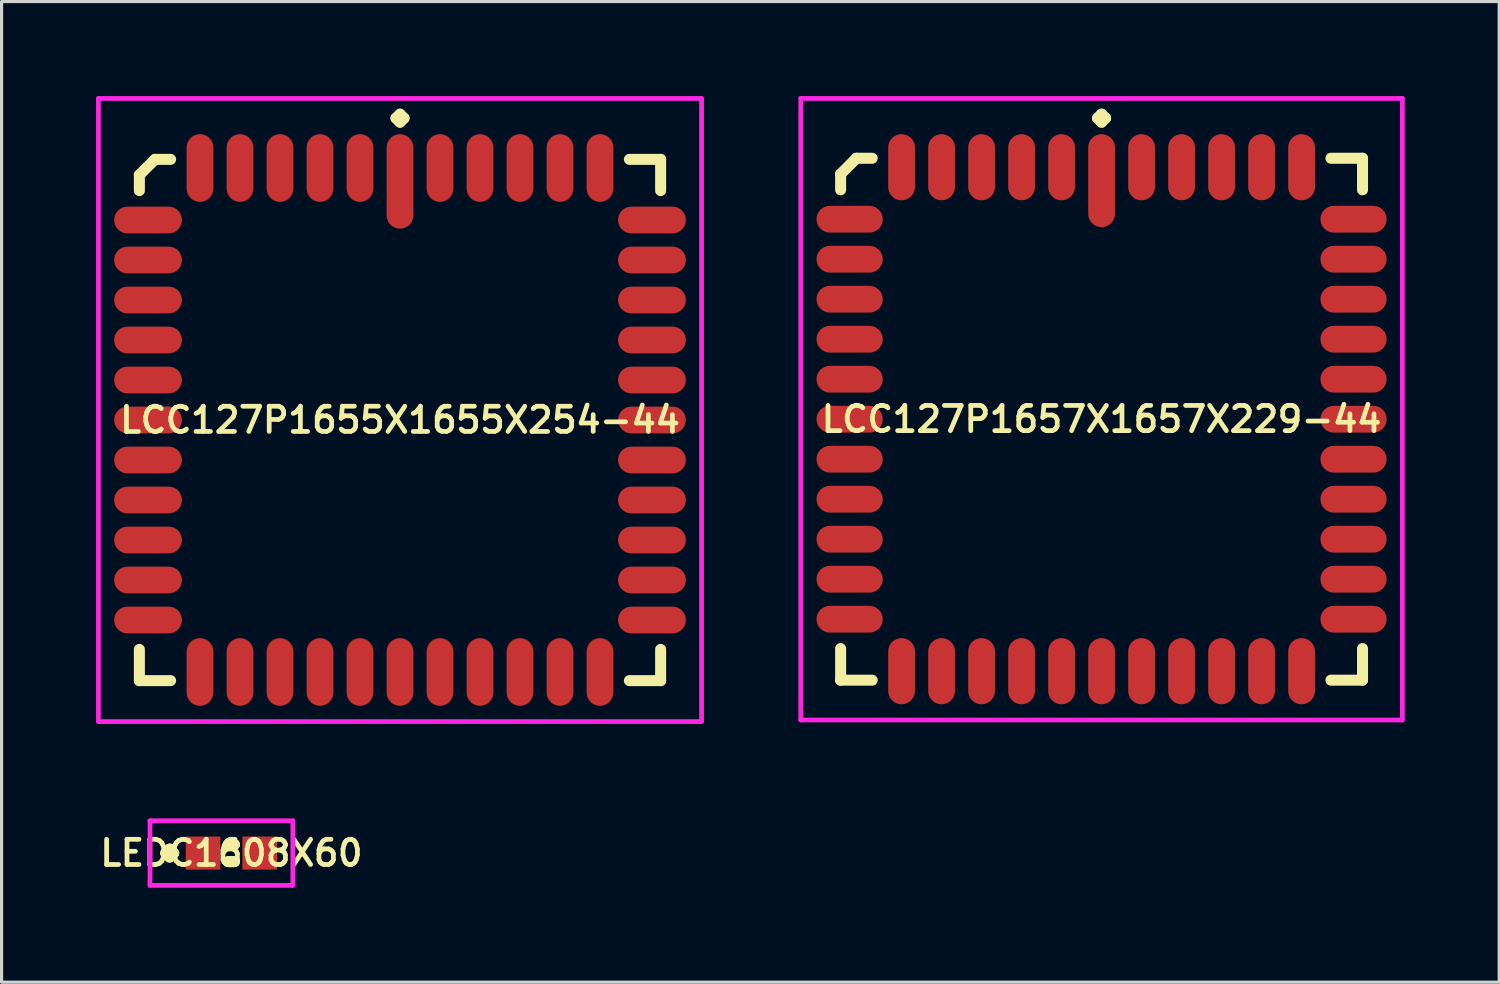
<source format=kicad_pcb>
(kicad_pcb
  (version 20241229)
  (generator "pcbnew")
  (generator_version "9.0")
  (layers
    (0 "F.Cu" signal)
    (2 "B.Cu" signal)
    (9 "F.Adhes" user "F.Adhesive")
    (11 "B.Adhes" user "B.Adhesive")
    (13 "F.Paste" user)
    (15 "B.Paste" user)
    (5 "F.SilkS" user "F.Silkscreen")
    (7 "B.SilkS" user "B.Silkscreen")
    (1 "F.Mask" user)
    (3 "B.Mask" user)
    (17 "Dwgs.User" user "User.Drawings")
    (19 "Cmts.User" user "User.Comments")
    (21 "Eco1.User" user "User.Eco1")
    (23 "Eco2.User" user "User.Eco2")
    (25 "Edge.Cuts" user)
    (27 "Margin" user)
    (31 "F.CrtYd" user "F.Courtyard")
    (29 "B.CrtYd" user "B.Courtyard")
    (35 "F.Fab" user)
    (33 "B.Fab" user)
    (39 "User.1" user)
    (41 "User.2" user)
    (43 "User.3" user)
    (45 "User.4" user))
  (footprint "LCC127P1657X1657X229-44"
    (layer "F.Cu")
    (at 31.925 10.26)
    (property "Reference" "LCC127P1657X1657X229-44" (at 0 0 0) (layer "F.SilkS") (effects (font (size 0.8 0.8) (thickness 0.15))))
    (attr smd)
    (fp_line (start -8.285 -7.784) (end -7.784 -8.285) (stroke (width 0.35) (type solid)) (layer "F.SilkS"))
    (fp_line (start -8.285 -7.283) (end -8.285 -7.784) (stroke (width 0.35) (type solid)) (layer "F.SilkS"))
    (fp_line (start -8.285 7.283) (end -8.285 8.285) (stroke (width 0.35) (type solid)) (layer "F.SilkS"))
    (fp_line (start -8.285 8.285) (end -7.283 8.285) (stroke (width 0.35) (type solid)) (layer "F.SilkS"))
    (fp_line (start -7.784 -8.285) (end -7.283 -8.285) (stroke (width 0.35) (type solid)) (layer "F.SilkS"))
    (fp_line (start -0.127 -9.558) (end 0 -9.685) (stroke (width 0.35) (type solid)) (layer "F.SilkS"))
    (fp_line (start 0 -9.685) (end 0.127 -9.558) (stroke (width 0.35) (type solid)) (layer "F.SilkS"))
    (fp_line (start 0 -9.431) (end -0.127 -9.558) (stroke (width 0.35) (type solid)) (layer "F.SilkS"))
    (fp_line (start 0.127 -9.558) (end 0 -9.431) (stroke (width 0.35) (type solid)) (layer "F.SilkS"))
    (fp_line (start 8.285 -8.285) (end 7.283 -8.285) (stroke (width 0.35) (type solid)) (layer "F.SilkS"))
    (fp_line (start 8.285 -7.283) (end 8.285 -8.285) (stroke (width 0.35) (type solid)) (layer "F.SilkS"))
    (fp_line (start 8.285 7.283) (end 8.285 8.285) (stroke (width 0.35) (type solid)) (layer "F.SilkS"))
    (fp_line (start 8.285 8.285) (end 7.283 8.285) (stroke (width 0.35) (type solid)) (layer "F.SilkS"))
    (fp_line (start -9.55 -10.185) (end 9.55 -10.185) (stroke (width 0.15) (type solid)) (layer "F.CrtYd"))
    (fp_line (start -9.55 9.55) (end -9.55 -10.185) (stroke (width 0.15) (type solid)) (layer "F.CrtYd"))
    (fp_line (start 9.55 -10.185) (end 9.55 9.55) (stroke (width 0.15) (type solid)) (layer "F.CrtYd"))
    (fp_line (start 9.55 9.55) (end -9.55 9.55) (stroke (width 0.15) (type solid)) (layer "F.CrtYd"))
    (pad "1" smd oval (at 0 -7.575) (size 0.85 2.95) (layers "F.Cu" "F.Mask" "F.Paste"))
    (pad "2" smd oval (at -1.27 -8) (size 0.85 2.1) (layers "F.Cu" "F.Mask" "F.Paste"))
    (pad "3" smd oval (at -2.54 -8) (size 0.85 2.1) (layers "F.Cu" "F.Mask" "F.Paste"))
    (pad "4" smd oval (at -3.81 -8) (size 0.85 2.1) (layers "F.Cu" "F.Mask" "F.Paste"))
    (pad "5" smd oval (at -5.08 -8) (size 0.85 2.1) (layers "F.Cu" "F.Mask" "F.Paste"))
    (pad "6" smd oval (at -6.35 -8) (size 0.85 2.1) (layers "F.Cu" "F.Mask" "F.Paste"))
    (pad "7" smd oval (at -8 -6.35) (size 2.1 0.85) (layers "F.Cu" "F.Mask" "F.Paste"))
    (pad "8" smd oval (at -8 -5.08) (size 2.1 0.85) (layers "F.Cu" "F.Mask" "F.Paste"))
    (pad "9" smd oval (at -8 -3.81) (size 2.1 0.85) (layers "F.Cu" "F.Mask" "F.Paste"))
    (pad "10" smd oval (at -8 -2.54) (size 2.1 0.85) (layers "F.Cu" "F.Mask" "F.Paste"))
    (pad "11" smd oval (at -8 -1.27) (size 2.1 0.85) (layers "F.Cu" "F.Mask" "F.Paste"))
    (pad "12" smd oval (at -8 0) (size 2.1 0.85) (layers "F.Cu" "F.Mask" "F.Paste"))
    (pad "13" smd oval (at -8 1.27) (size 2.1 0.85) (layers "F.Cu" "F.Mask" "F.Paste"))
    (pad "14" smd oval (at -8 2.54) (size 2.1 0.85) (layers "F.Cu" "F.Mask" "F.Paste"))
    (pad "15" smd oval (at -8 3.81) (size 2.1 0.85) (layers "F.Cu" "F.Mask" "F.Paste"))
    (pad "16" smd oval (at -8 5.08) (size 2.1 0.85) (layers "F.Cu" "F.Mask" "F.Paste"))
    (pad "17" smd oval (at -8 6.35) (size 2.1 0.85) (layers "F.Cu" "F.Mask" "F.Paste"))
    (pad "18" smd oval (at -6.35 8) (size 0.85 2.1) (layers "F.Cu" "F.Mask" "F.Paste"))
    (pad "19" smd oval (at -5.08 8) (size 0.85 2.1) (layers "F.Cu" "F.Mask" "F.Paste"))
    (pad "20" smd oval (at -3.81 8) (size 0.85 2.1) (layers "F.Cu" "F.Mask" "F.Paste"))
    (pad "21" smd oval (at -2.54 8) (size 0.85 2.1) (layers "F.Cu" "F.Mask" "F.Paste"))
    (pad "22" smd oval (at -1.27 8) (size 0.85 2.1) (layers "F.Cu" "F.Mask" "F.Paste"))
    (pad "23" smd oval (at 0 8) (size 0.85 2.1) (layers "F.Cu" "F.Mask" "F.Paste"))
    (pad "24" smd oval (at 1.27 8) (size 0.85 2.1) (layers "F.Cu" "F.Mask" "F.Paste"))
    (pad "25" smd oval (at 2.54 8) (size 0.85 2.1) (layers "F.Cu" "F.Mask" "F.Paste"))
    (pad "26" smd oval (at 3.81 8) (size 0.85 2.1) (layers "F.Cu" "F.Mask" "F.Paste"))
    (pad "27" smd oval (at 5.08 8) (size 0.85 2.1) (layers "F.Cu" "F.Mask" "F.Paste"))
    (pad "28" smd oval (at 6.35 8) (size 0.85 2.1) (layers "F.Cu" "F.Mask" "F.Paste"))
    (pad "29" smd oval (at 8 6.35) (size 2.1 0.85) (layers "F.Cu" "F.Mask" "F.Paste"))
    (pad "30" smd oval (at 8 5.08) (size 2.1 0.85) (layers "F.Cu" "F.Mask" "F.Paste"))
    (pad "31" smd oval (at 8 3.81) (size 2.1 0.85) (layers "F.Cu" "F.Mask" "F.Paste"))
    (pad "32" smd oval (at 8 2.54) (size 2.1 0.85) (layers "F.Cu" "F.Mask" "F.Paste"))
    (pad "33" smd oval (at 8 1.27) (size 2.1 0.85) (layers "F.Cu" "F.Mask" "F.Paste"))
    (pad "34" smd oval (at 8 0) (size 2.1 0.85) (layers "F.Cu" "F.Mask" "F.Paste"))
    (pad "35" smd oval (at 8 -1.27) (size 2.1 0.85) (layers "F.Cu" "F.Mask" "F.Paste"))
    (pad "36" smd oval (at 8 -2.54) (size 2.1 0.85) (layers "F.Cu" "F.Mask" "F.Paste"))
    (pad "37" smd oval (at 8 -3.81) (size 2.1 0.85) (layers "F.Cu" "F.Mask" "F.Paste"))
    (pad "38" smd oval (at 8 -5.08) (size 2.1 0.85) (layers "F.Cu" "F.Mask" "F.Paste"))
    (pad "39" smd oval (at 8 -6.35) (size 2.1 0.85) (layers "F.Cu" "F.Mask" "F.Paste"))
    (pad "40" smd oval (at 6.35 -8) (size 0.85 2.1) (layers "F.Cu" "F.Mask" "F.Paste"))
    (pad "41" smd oval (at 5.08 -8) (size 0.85 2.1) (layers "F.Cu" "F.Mask" "F.Paste"))
    (pad "42" smd oval (at 3.81 -8) (size 0.85 2.1) (layers "F.Cu" "F.Mask" "F.Paste"))
    (pad "43" smd oval (at 2.54 -8) (size 0.85 2.1) (layers "F.Cu" "F.Mask" "F.Paste"))
    (pad "44" smd oval (at 1.27 -8) (size 0.85 2.1) (layers "F.Cu" "F.Mask" "F.Paste")))
  (footprint "LEDC1608X60"
    (layer "F.Cu")
    (at 4.297 24.035)
    (property "Reference" "LEDC1608X60" (at 0 0 0) (layer "F.SilkS") (effects (font (size 0.8 0.8) (thickness 0.15))))
    (attr smd)
    (fp_line (start -2.085 0) (end -1.958 -0.127) (stroke (width 0.35) (type solid)) (layer "F.SilkS"))
    (fp_line (start -1.958 -0.127) (end -1.831 0) (stroke (width 0.35) (type solid)) (layer "F.SilkS"))
    (fp_line (start -1.958 0.127) (end -2.085 0) (stroke (width 0.35) (type solid)) (layer "F.SilkS"))
    (fp_line (start -1.831 0) (end -1.958 0.127) (stroke (width 0.35) (type solid)) (layer "F.SilkS"))
    (fp_line (start -0.096 -0.271) (end 0.096 -0.271) (stroke (width 0.35) (type solid)) (layer "F.SilkS"))
    (fp_line (start -0.096 0.271) (end 0.096 0.271) (stroke (width 0.35) (type solid)) (layer "F.SilkS"))
    (fp_line (start 0.096 -0.271) (end -0.096 -0.271) (stroke (width 0.35) (type solid)) (layer "F.SilkS"))
    (fp_line (start 0.096 0.271) (end -0.096 0.271) (stroke (width 0.35) (type solid)) (layer "F.SilkS"))
    (fp_line (start -2.585 -1.025) (end 1.95 -1.025) (stroke (width 0.15) (type solid)) (layer "F.CrtYd"))
    (fp_line (start -2.585 1.025) (end -2.585 -1.025) (stroke (width 0.15) (type solid)) (layer "F.CrtYd"))
    (fp_line (start 1.95 -1.025) (end 1.95 1.025) (stroke (width 0.15) (type solid)) (layer "F.CrtYd"))
    (fp_line (start 1.95 1.025) (end -2.585 1.025) (stroke (width 0.15) (type solid)) (layer "F.CrtYd"))
    (pad "1" smd rect (at -0.9 0) (size 1.1 1.05) (layers "F.Cu" "F.Mask" "F.Paste"))
    (pad "2" smd rect (at 0.9 0) (size 1.1 1.05) (layers "F.Cu" "F.Mask" "F.Paste")))
  (footprint "LCC127P1655X1655X254-44"
    (layer "F.Cu")
    (at 9.65 10.285)
    (property "Reference" "LCC127P1655X1655X254-44" (at 0 0 0) (layer "F.SilkS") (effects (font (size 0.8 0.8) (thickness 0.15))))
    (attr smd)
    (fp_line (start -8.275 -7.779) (end -7.779 -8.275) (stroke (width 0.35) (type solid)) (layer "F.SilkS"))
    (fp_line (start -8.275 -7.283) (end -8.275 -7.779) (stroke (width 0.35) (type solid)) (layer "F.SilkS"))
    (fp_line (start -8.275 7.283) (end -8.275 8.275) (stroke (width 0.35) (type solid)) (layer "F.SilkS"))
    (fp_line (start -8.275 8.275) (end -7.283 8.275) (stroke (width 0.35) (type solid)) (layer "F.SilkS"))
    (fp_line (start -7.779 -8.275) (end -7.283 -8.275) (stroke (width 0.35) (type solid)) (layer "F.SilkS"))
    (fp_line (start -0.127 -9.583) (end 0 -9.71) (stroke (width 0.35) (type solid)) (layer "F.SilkS"))
    (fp_line (start 0 -9.71) (end 0.127 -9.583) (stroke (width 0.35) (type solid)) (layer "F.SilkS"))
    (fp_line (start 0 -9.456) (end -0.127 -9.583) (stroke (width 0.35) (type solid)) (layer "F.SilkS"))
    (fp_line (start 0.127 -9.583) (end 0 -9.456) (stroke (width 0.35) (type solid)) (layer "F.SilkS"))
    (fp_line (start 8.275 -8.275) (end 7.283 -8.275) (stroke (width 0.35) (type solid)) (layer "F.SilkS"))
    (fp_line (start 8.275 -7.283) (end 8.275 -8.275) (stroke (width 0.35) (type solid)) (layer "F.SilkS"))
    (fp_line (start 8.275 7.283) (end 8.275 8.275) (stroke (width 0.35) (type solid)) (layer "F.SilkS"))
    (fp_line (start 8.275 8.275) (end 7.283 8.275) (stroke (width 0.35) (type solid)) (layer "F.SilkS"))
    (fp_line (start -9.575 -10.21) (end 9.575 -10.21) (stroke (width 0.15) (type solid)) (layer "F.CrtYd"))
    (fp_line (start -9.575 9.575) (end -9.575 -10.21) (stroke (width 0.15) (type solid)) (layer "F.CrtYd"))
    (fp_line (start 9.575 -10.21) (end 9.575 9.575) (stroke (width 0.15) (type solid)) (layer "F.CrtYd"))
    (fp_line (start 9.575 9.575) (end -9.575 9.575) (stroke (width 0.15) (type solid)) (layer "F.CrtYd"))
    (pad "1" smd oval (at 0 -7.575) (size 0.85 3) (layers "F.Cu" "F.Mask" "F.Paste"))
    (pad "2" smd oval (at -1.27 -8) (size 0.85 2.15) (layers "F.Cu" "F.Mask" "F.Paste"))
    (pad "3" smd oval (at -2.54 -8) (size 0.85 2.15) (layers "F.Cu" "F.Mask" "F.Paste"))
    (pad "4" smd oval (at -3.81 -8) (size 0.85 2.15) (layers "F.Cu" "F.Mask" "F.Paste"))
    (pad "5" smd oval (at -5.08 -8) (size 0.85 2.15) (layers "F.Cu" "F.Mask" "F.Paste"))
    (pad "6" smd oval (at -6.35 -8) (size 0.85 2.15) (layers "F.Cu" "F.Mask" "F.Paste"))
    (pad "7" smd oval (at -8 -6.35) (size 2.15 0.85) (layers "F.Cu" "F.Mask" "F.Paste"))
    (pad "8" smd oval (at -8 -5.08) (size 2.15 0.85) (layers "F.Cu" "F.Mask" "F.Paste"))
    (pad "9" smd oval (at -8 -3.81) (size 2.15 0.85) (layers "F.Cu" "F.Mask" "F.Paste"))
    (pad "10" smd oval (at -8 -2.54) (size 2.15 0.85) (layers "F.Cu" "F.Mask" "F.Paste"))
    (pad "11" smd oval (at -8 -1.27) (size 2.15 0.85) (layers "F.Cu" "F.Mask" "F.Paste"))
    (pad "12" smd oval (at -8 0) (size 2.15 0.85) (layers "F.Cu" "F.Mask" "F.Paste"))
    (pad "13" smd oval (at -8 1.27) (size 2.15 0.85) (layers "F.Cu" "F.Mask" "F.Paste"))
    (pad "14" smd oval (at -8 2.54) (size 2.15 0.85) (layers "F.Cu" "F.Mask" "F.Paste"))
    (pad "15" smd oval (at -8 3.81) (size 2.15 0.85) (layers "F.Cu" "F.Mask" "F.Paste"))
    (pad "16" smd oval (at -8 5.08) (size 2.15 0.85) (layers "F.Cu" "F.Mask" "F.Paste"))
    (pad "17" smd oval (at -8 6.35) (size 2.15 0.85) (layers "F.Cu" "F.Mask" "F.Paste"))
    (pad "18" smd oval (at -6.35 8) (size 0.85 2.15) (layers "F.Cu" "F.Mask" "F.Paste"))
    (pad "19" smd oval (at -5.08 8) (size 0.85 2.15) (layers "F.Cu" "F.Mask" "F.Paste"))
    (pad "20" smd oval (at -3.81 8) (size 0.85 2.15) (layers "F.Cu" "F.Mask" "F.Paste"))
    (pad "21" smd oval (at -2.54 8) (size 0.85 2.15) (layers "F.Cu" "F.Mask" "F.Paste"))
    (pad "22" smd oval (at -1.27 8) (size 0.85 2.15) (layers "F.Cu" "F.Mask" "F.Paste"))
    (pad "23" smd oval (at 0 8) (size 0.85 2.15) (layers "F.Cu" "F.Mask" "F.Paste"))
    (pad "24" smd oval (at 1.27 8) (size 0.85 2.15) (layers "F.Cu" "F.Mask" "F.Paste"))
    (pad "25" smd oval (at 2.54 8) (size 0.85 2.15) (layers "F.Cu" "F.Mask" "F.Paste"))
    (pad "26" smd oval (at 3.81 8) (size 0.85 2.15) (layers "F.Cu" "F.Mask" "F.Paste"))
    (pad "27" smd oval (at 5.08 8) (size 0.85 2.15) (layers "F.Cu" "F.Mask" "F.Paste"))
    (pad "28" smd oval (at 6.35 8) (size 0.85 2.15) (layers "F.Cu" "F.Mask" "F.Paste"))
    (pad "29" smd oval (at 8 6.35) (size 2.15 0.85) (layers "F.Cu" "F.Mask" "F.Paste"))
    (pad "30" smd oval (at 8 5.08) (size 2.15 0.85) (layers "F.Cu" "F.Mask" "F.Paste"))
    (pad "31" smd oval (at 8 3.81) (size 2.15 0.85) (layers "F.Cu" "F.Mask" "F.Paste"))
    (pad "32" smd oval (at 8 2.54) (size 2.15 0.85) (layers "F.Cu" "F.Mask" "F.Paste"))
    (pad "33" smd oval (at 8 1.27) (size 2.15 0.85) (layers "F.Cu" "F.Mask" "F.Paste"))
    (pad "34" smd oval (at 8 0) (size 2.15 0.85) (layers "F.Cu" "F.Mask" "F.Paste"))
    (pad "35" smd oval (at 8 -1.27) (size 2.15 0.85) (layers "F.Cu" "F.Mask" "F.Paste"))
    (pad "36" smd oval (at 8 -2.54) (size 2.15 0.85) (layers "F.Cu" "F.Mask" "F.Paste"))
    (pad "37" smd oval (at 8 -3.81) (size 2.15 0.85) (layers "F.Cu" "F.Mask" "F.Paste"))
    (pad "38" smd oval (at 8 -5.08) (size 2.15 0.85) (layers "F.Cu" "F.Mask" "F.Paste"))
    (pad "39" smd oval (at 8 -6.35) (size 2.15 0.85) (layers "F.Cu" "F.Mask" "F.Paste"))
    (pad "40" smd oval (at 6.35 -8) (size 0.85 2.15) (layers "F.Cu" "F.Mask" "F.Paste"))
    (pad "41" smd oval (at 5.08 -8) (size 0.85 2.15) (layers "F.Cu" "F.Mask" "F.Paste"))
    (pad "42" smd oval (at 3.81 -8) (size 0.85 2.15) (layers "F.Cu" "F.Mask" "F.Paste"))
    (pad "43" smd oval (at 2.54 -8) (size 0.85 2.15) (layers "F.Cu" "F.Mask" "F.Paste"))
    (pad "44" smd oval (at 1.27 -8) (size 0.85 2.15) (layers "F.Cu" "F.Mask" "F.Paste")))
  (gr_rect
    (start -3 -3)
    (end 44.55 28.135)
    (stroke (width 0.1) (type default))
    (fill no)
    (layer "Edge.Cuts")))
</source>
